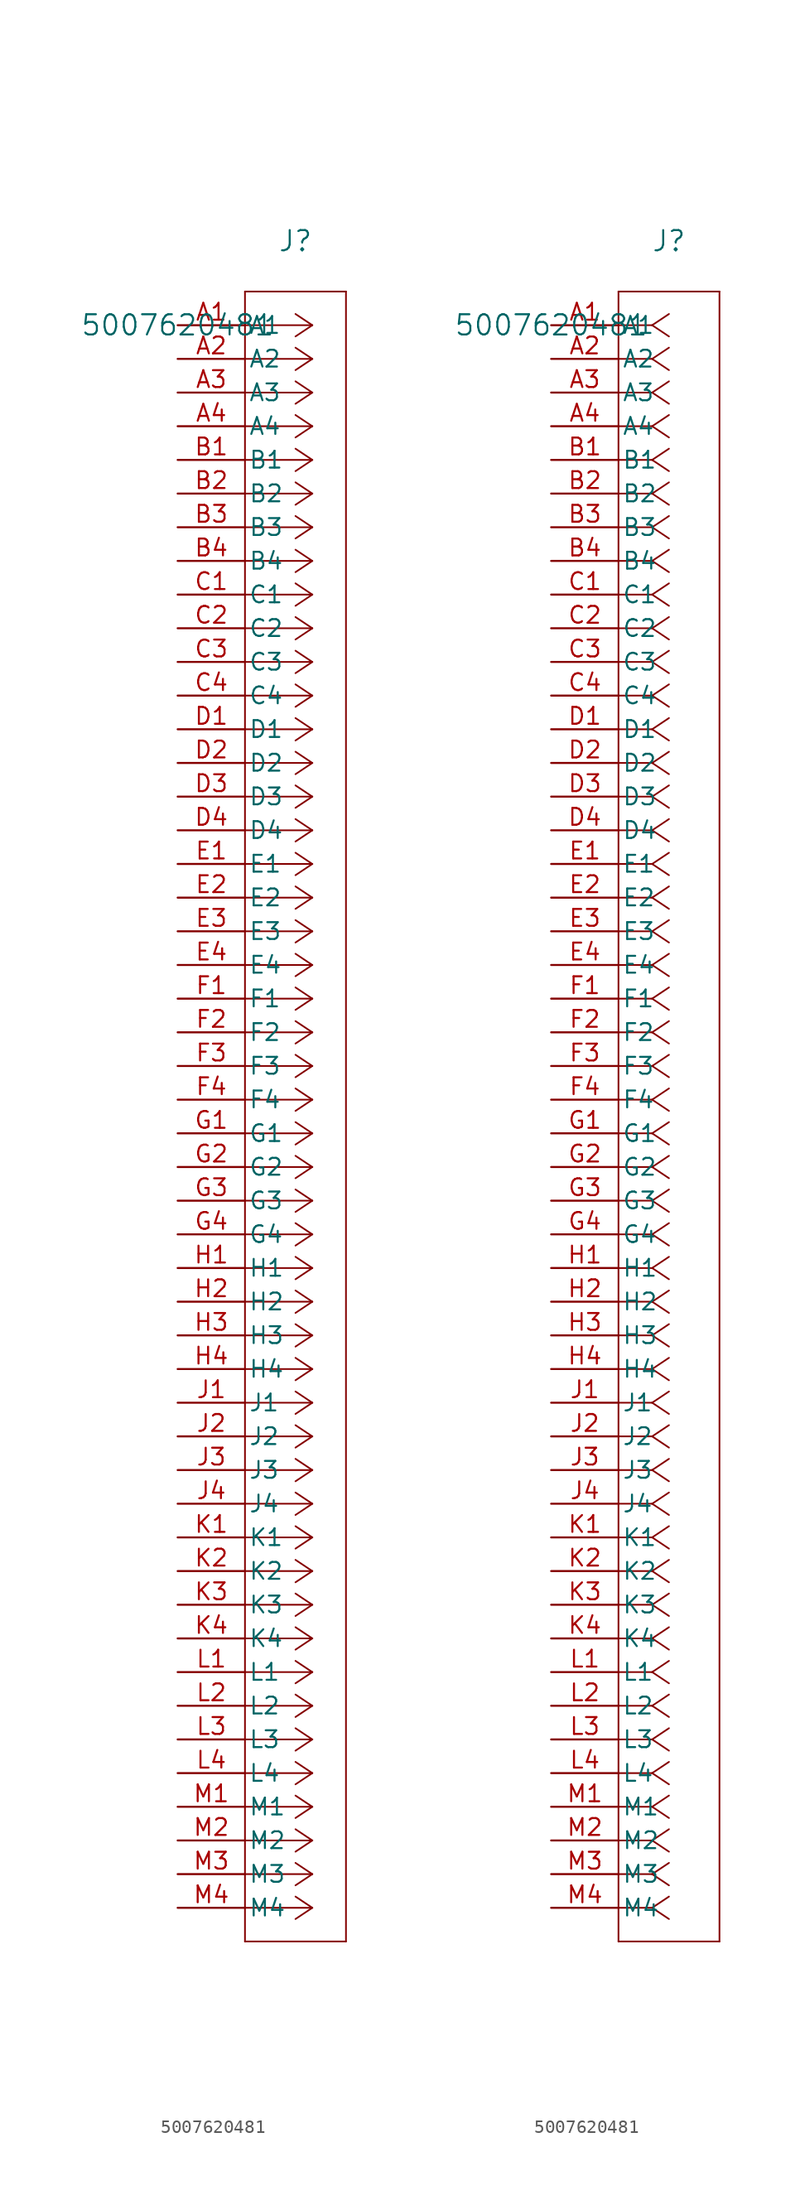
<source format=kicad_sym>
(kicad_symbol_lib
  (version 20211014)
  (generator kicad_symbol_editor)
  (symbol "5007620481"
    (pin_names
      (offset 0.254))
    (property "Reference" "J"
      (at 8.89 6.35 0)
      (effects (font (size 1.524 1.524))))
    (property "Value" "5007620481"
      (at 0 0 0)
      (effects (font (size 1.524 1.524))))
    (symbol "5007620481_1_1"
      (polyline (pts (xy 10.16 0) (xy 5.08 0)) (stroke (width 0.127) (type default) (color 0 0 0 0)) (fill (type none)))
      (polyline (pts (xy 10.16 -2.54) (xy 5.08 -2.54)) (stroke (width 0.127) (type default) (color 0 0 0 0)) (fill (type none)))
      (polyline (pts (xy 10.16 -5.08) (xy 5.08 -5.08)) (stroke (width 0.127) (type default) (color 0 0 0 0)) (fill (type none)))
      (polyline (pts (xy 10.16 -7.62) (xy 5.08 -7.62)) (stroke (width 0.127) (type default) (color 0 0 0 0)) (fill (type none)))
      (polyline (pts (xy 10.16 -10.16) (xy 5.08 -10.16)) (stroke (width 0.127) (type default) (color 0 0 0 0)) (fill (type none)))
      (polyline (pts (xy 10.16 -12.7) (xy 5.08 -12.7)) (stroke (width 0.127) (type default) (color 0 0 0 0)) (fill (type none)))
      (polyline (pts (xy 10.16 -15.24) (xy 5.08 -15.24)) (stroke (width 0.127) (type default) (color 0 0 0 0)) (fill (type none)))
      (polyline (pts (xy 10.16 -17.78) (xy 5.08 -17.78)) (stroke (width 0.127) (type default) (color 0 0 0 0)) (fill (type none)))
      (polyline (pts (xy 10.16 -20.32) (xy 5.08 -20.32)) (stroke (width 0.127) (type default) (color 0 0 0 0)) (fill (type none)))
      (polyline (pts (xy 10.16 -22.86) (xy 5.08 -22.86)) (stroke (width 0.127) (type default) (color 0 0 0 0)) (fill (type none)))
      (polyline (pts (xy 10.16 -25.4) (xy 5.08 -25.4)) (stroke (width 0.127) (type default) (color 0 0 0 0)) (fill (type none)))
      (polyline (pts (xy 10.16 -27.94) (xy 5.08 -27.94)) (stroke (width 0.127) (type default) (color 0 0 0 0)) (fill (type none)))
      (polyline (pts (xy 10.16 -30.48) (xy 5.08 -30.48)) (stroke (width 0.127) (type default) (color 0 0 0 0)) (fill (type none)))
      (polyline (pts (xy 10.16 -33.02) (xy 5.08 -33.02)) (stroke (width 0.127) (type default) (color 0 0 0 0)) (fill (type none)))
      (polyline (pts (xy 10.16 -35.56) (xy 5.08 -35.56)) (stroke (width 0.127) (type default) (color 0 0 0 0)) (fill (type none)))
      (polyline (pts (xy 10.16 -38.1) (xy 5.08 -38.1)) (stroke (width 0.127) (type default) (color 0 0 0 0)) (fill (type none)))
      (polyline (pts (xy 10.16 -40.64) (xy 5.08 -40.64)) (stroke (width 0.127) (type default) (color 0 0 0 0)) (fill (type none)))
      (polyline (pts (xy 10.16 -43.18) (xy 5.08 -43.18)) (stroke (width 0.127) (type default) (color 0 0 0 0)) (fill (type none)))
      (polyline (pts (xy 10.16 -45.72) (xy 5.08 -45.72)) (stroke (width 0.127) (type default) (color 0 0 0 0)) (fill (type none)))
      (polyline (pts (xy 10.16 -48.26) (xy 5.08 -48.26)) (stroke (width 0.127) (type default) (color 0 0 0 0)) (fill (type none)))
      (polyline (pts (xy 10.16 -50.8) (xy 5.08 -50.8)) (stroke (width 0.127) (type default) (color 0 0 0 0)) (fill (type none)))
      (polyline (pts (xy 10.16 -53.34) (xy 5.08 -53.34)) (stroke (width 0.127) (type default) (color 0 0 0 0)) (fill (type none)))
      (polyline (pts (xy 10.16 -55.88) (xy 5.08 -55.88)) (stroke (width 0.127) (type default) (color 0 0 0 0)) (fill (type none)))
      (polyline (pts (xy 10.16 -58.42) (xy 5.08 -58.42)) (stroke (width 0.127) (type default) (color 0 0 0 0)) (fill (type none)))
      (polyline (pts (xy 10.16 -60.96) (xy 5.08 -60.96)) (stroke (width 0.127) (type default) (color 0 0 0 0)) (fill (type none)))
      (polyline (pts (xy 10.16 -63.5) (xy 5.08 -63.5)) (stroke (width 0.127) (type default) (color 0 0 0 0)) (fill (type none)))
      (polyline (pts (xy 10.16 -66.04) (xy 5.08 -66.04)) (stroke (width 0.127) (type default) (color 0 0 0 0)) (fill (type none)))
      (polyline (pts (xy 10.16 -68.58) (xy 5.08 -68.58)) (stroke (width 0.127) (type default) (color 0 0 0 0)) (fill (type none)))
      (polyline (pts (xy 10.16 -71.12) (xy 5.08 -71.12)) (stroke (width 0.127) (type default) (color 0 0 0 0)) (fill (type none)))
      (polyline (pts (xy 10.16 -73.66) (xy 5.08 -73.66)) (stroke (width 0.127) (type default) (color 0 0 0 0)) (fill (type none)))
      (polyline (pts (xy 10.16 -76.2) (xy 5.08 -76.2)) (stroke (width 0.127) (type default) (color 0 0 0 0)) (fill (type none)))
      (polyline (pts (xy 10.16 -78.74) (xy 5.08 -78.74)) (stroke (width 0.127) (type default) (color 0 0 0 0)) (fill (type none)))
      (polyline (pts (xy 10.16 -81.28) (xy 5.08 -81.28)) (stroke (width 0.127) (type default) (color 0 0 0 0)) (fill (type none)))
      (polyline (pts (xy 10.16 -83.82) (xy 5.08 -83.82)) (stroke (width 0.127) (type default) (color 0 0 0 0)) (fill (type none)))
      (polyline (pts (xy 10.16 -86.36) (xy 5.08 -86.36)) (stroke (width 0.127) (type default) (color 0 0 0 0)) (fill (type none)))
      (polyline (pts (xy 10.16 -88.9) (xy 5.08 -88.9)) (stroke (width 0.127) (type default) (color 0 0 0 0)) (fill (type none)))
      (polyline (pts (xy 10.16 -91.44) (xy 5.08 -91.44)) (stroke (width 0.127) (type default) (color 0 0 0 0)) (fill (type none)))
      (polyline (pts (xy 10.16 -93.98) (xy 5.08 -93.98)) (stroke (width 0.127) (type default) (color 0 0 0 0)) (fill (type none)))
      (polyline (pts (xy 10.16 -96.52) (xy 5.08 -96.52)) (stroke (width 0.127) (type default) (color 0 0 0 0)) (fill (type none)))
      (polyline (pts (xy 10.16 -99.06) (xy 5.08 -99.06)) (stroke (width 0.127) (type default) (color 0 0 0 0)) (fill (type none)))
      (polyline (pts (xy 10.16 -101.6) (xy 5.08 -101.6)) (stroke (width 0.127) (type default) (color 0 0 0 0)) (fill (type none)))
      (polyline (pts (xy 10.16 -104.14) (xy 5.08 -104.14)) (stroke (width 0.127) (type default) (color 0 0 0 0)) (fill (type none)))
      (polyline (pts (xy 10.16 -106.68) (xy 5.08 -106.68)) (stroke (width 0.127) (type default) (color 0 0 0 0)) (fill (type none)))
      (polyline (pts (xy 10.16 -109.22) (xy 5.08 -109.22)) (stroke (width 0.127) (type default) (color 0 0 0 0)) (fill (type none)))
      (polyline (pts (xy 10.16 -111.76) (xy 5.08 -111.76)) (stroke (width 0.127) (type default) (color 0 0 0 0)) (fill (type none)))
      (polyline (pts (xy 10.16 -114.3) (xy 5.08 -114.3)) (stroke (width 0.127) (type default) (color 0 0 0 0)) (fill (type none)))
      (polyline (pts (xy 10.16 -116.84) (xy 5.08 -116.84)) (stroke (width 0.127) (type default) (color 0 0 0 0)) (fill (type none)))
      (polyline (pts (xy 10.16 -119.38) (xy 5.08 -119.38)) (stroke (width 0.127) (type default) (color 0 0 0 0)) (fill (type none)))
      (polyline (pts (xy 10.16 0) (xy 8.89 0.847)) (stroke (width 0.127) (type default) (color 0 0 0 0)) (fill (type none)))
      (polyline (pts (xy 10.16 -2.54) (xy 8.89 -1.693)) (stroke (width 0.127) (type default) (color 0 0 0 0)) (fill (type none)))
      (polyline (pts (xy 10.16 -5.08) (xy 8.89 -4.233)) (stroke (width 0.127) (type default) (color 0 0 0 0)) (fill (type none)))
      (polyline (pts (xy 10.16 -7.62) (xy 8.89 -6.773)) (stroke (width 0.127) (type default) (color 0 0 0 0)) (fill (type none)))
      (polyline (pts (xy 10.16 -10.16) (xy 8.89 -9.313)) (stroke (width 0.127) (type default) (color 0 0 0 0)) (fill (type none)))
      (polyline (pts (xy 10.16 -12.7) (xy 8.89 -11.853)) (stroke (width 0.127) (type default) (color 0 0 0 0)) (fill (type none)))
      (polyline (pts (xy 10.16 -15.24) (xy 8.89 -14.393)) (stroke (width 0.127) (type default) (color 0 0 0 0)) (fill (type none)))
      (polyline (pts (xy 10.16 -17.78) (xy 8.89 -16.933)) (stroke (width 0.127) (type default) (color 0 0 0 0)) (fill (type none)))
      (polyline (pts (xy 10.16 -20.32) (xy 8.89 -19.473)) (stroke (width 0.127) (type default) (color 0 0 0 0)) (fill (type none)))
      (polyline (pts (xy 10.16 -22.86) (xy 8.89 -22.013)) (stroke (width 0.127) (type default) (color 0 0 0 0)) (fill (type none)))
      (polyline (pts (xy 10.16 -25.4) (xy 8.89 -24.553)) (stroke (width 0.127) (type default) (color 0 0 0 0)) (fill (type none)))
      (polyline (pts (xy 10.16 -27.94) (xy 8.89 -27.093)) (stroke (width 0.127) (type default) (color 0 0 0 0)) (fill (type none)))
      (polyline (pts (xy 10.16 -30.48) (xy 8.89 -29.633)) (stroke (width 0.127) (type default) (color 0 0 0 0)) (fill (type none)))
      (polyline (pts (xy 10.16 -33.02) (xy 8.89 -32.173)) (stroke (width 0.127) (type default) (color 0 0 0 0)) (fill (type none)))
      (polyline (pts (xy 10.16 -35.56) (xy 8.89 -34.713)) (stroke (width 0.127) (type default) (color 0 0 0 0)) (fill (type none)))
      (polyline (pts (xy 10.16 -38.1) (xy 8.89 -37.253)) (stroke (width 0.127) (type default) (color 0 0 0 0)) (fill (type none)))
      (polyline (pts (xy 10.16 -40.64) (xy 8.89 -39.793)) (stroke (width 0.127) (type default) (color 0 0 0 0)) (fill (type none)))
      (polyline (pts (xy 10.16 -43.18) (xy 8.89 -42.333)) (stroke (width 0.127) (type default) (color 0 0 0 0)) (fill (type none)))
      (polyline (pts (xy 10.16 -45.72) (xy 8.89 -44.873)) (stroke (width 0.127) (type default) (color 0 0 0 0)) (fill (type none)))
      (polyline (pts (xy 10.16 -48.26) (xy 8.89 -47.413)) (stroke (width 0.127) (type default) (color 0 0 0 0)) (fill (type none)))
      (polyline (pts (xy 10.16 -50.8) (xy 8.89 -49.953)) (stroke (width 0.127) (type default) (color 0 0 0 0)) (fill (type none)))
      (polyline (pts (xy 10.16 -53.34) (xy 8.89 -52.493)) (stroke (width 0.127) (type default) (color 0 0 0 0)) (fill (type none)))
      (polyline (pts (xy 10.16 -55.88) (xy 8.89 -55.033)) (stroke (width 0.127) (type default) (color 0 0 0 0)) (fill (type none)))
      (polyline (pts (xy 10.16 -58.42) (xy 8.89 -57.573)) (stroke (width 0.127) (type default) (color 0 0 0 0)) (fill (type none)))
      (polyline (pts (xy 10.16 -60.96) (xy 8.89 -60.113)) (stroke (width 0.127) (type default) (color 0 0 0 0)) (fill (type none)))
      (polyline (pts (xy 10.16 -63.5) (xy 8.89 -62.653)) (stroke (width 0.127) (type default) (color 0 0 0 0)) (fill (type none)))
      (polyline (pts (xy 10.16 -66.04) (xy 8.89 -65.193)) (stroke (width 0.127) (type default) (color 0 0 0 0)) (fill (type none)))
      (polyline (pts (xy 10.16 -68.58) (xy 8.89 -67.733)) (stroke (width 0.127) (type default) (color 0 0 0 0)) (fill (type none)))
      (polyline (pts (xy 10.16 -71.12) (xy 8.89 -70.273)) (stroke (width 0.127) (type default) (color 0 0 0 0)) (fill (type none)))
      (polyline (pts (xy 10.16 -73.66) (xy 8.89 -72.813)) (stroke (width 0.127) (type default) (color 0 0 0 0)) (fill (type none)))
      (polyline (pts (xy 10.16 -76.2) (xy 8.89 -75.353)) (stroke (width 0.127) (type default) (color 0 0 0 0)) (fill (type none)))
      (polyline (pts (xy 10.16 -78.74) (xy 8.89 -77.893)) (stroke (width 0.127) (type default) (color 0 0 0 0)) (fill (type none)))
      (polyline (pts (xy 10.16 -81.28) (xy 8.89 -80.433)) (stroke (width 0.127) (type default) (color 0 0 0 0)) (fill (type none)))
      (polyline (pts (xy 10.16 -83.82) (xy 8.89 -82.973)) (stroke (width 0.127) (type default) (color 0 0 0 0)) (fill (type none)))
      (polyline (pts (xy 10.16 -86.36) (xy 8.89 -85.513)) (stroke (width 0.127) (type default) (color 0 0 0 0)) (fill (type none)))
      (polyline (pts (xy 10.16 -88.9) (xy 8.89 -88.053)) (stroke (width 0.127) (type default) (color 0 0 0 0)) (fill (type none)))
      (polyline (pts (xy 10.16 -91.44) (xy 8.89 -90.593)) (stroke (width 0.127) (type default) (color 0 0 0 0)) (fill (type none)))
      (polyline (pts (xy 10.16 -93.98) (xy 8.89 -93.133)) (stroke (width 0.127) (type default) (color 0 0 0 0)) (fill (type none)))
      (polyline (pts (xy 10.16 -96.52) (xy 8.89 -95.673)) (stroke (width 0.127) (type default) (color 0 0 0 0)) (fill (type none)))
      (polyline (pts (xy 10.16 -99.06) (xy 8.89 -98.213)) (stroke (width 0.127) (type default) (color 0 0 0 0)) (fill (type none)))
      (polyline (pts (xy 10.16 -101.6) (xy 8.89 -100.753)) (stroke (width 0.127) (type default) (color 0 0 0 0)) (fill (type none)))
      (polyline (pts (xy 10.16 -104.14) (xy 8.89 -103.293)) (stroke (width 0.127) (type default) (color 0 0 0 0)) (fill (type none)))
      (polyline (pts (xy 10.16 -106.68) (xy 8.89 -105.833)) (stroke (width 0.127) (type default) (color 0 0 0 0)) (fill (type none)))
      (polyline (pts (xy 10.16 -109.22) (xy 8.89 -108.373)) (stroke (width 0.127) (type default) (color 0 0 0 0)) (fill (type none)))
      (polyline (pts (xy 10.16 -111.76) (xy 8.89 -110.913)) (stroke (width 0.127) (type default) (color 0 0 0 0)) (fill (type none)))
      (polyline (pts (xy 10.16 -114.3) (xy 8.89 -113.453)) (stroke (width 0.127) (type default) (color 0 0 0 0)) (fill (type none)))
      (polyline (pts (xy 10.16 -116.84) (xy 8.89 -115.993)) (stroke (width 0.127) (type default) (color 0 0 0 0)) (fill (type none)))
      (polyline (pts (xy 10.16 -119.38) (xy 8.89 -118.533)) (stroke (width 0.127) (type default) (color 0 0 0 0)) (fill (type none)))
      (polyline (pts (xy 10.16 0) (xy 8.89 -0.847)) (stroke (width 0.127) (type default) (color 0 0 0 0)) (fill (type none)))
      (polyline (pts (xy 10.16 -2.54) (xy 8.89 -3.387)) (stroke (width 0.127) (type default) (color 0 0 0 0)) (fill (type none)))
      (polyline (pts (xy 10.16 -5.08) (xy 8.89 -5.927)) (stroke (width 0.127) (type default) (color 0 0 0 0)) (fill (type none)))
      (polyline (pts (xy 10.16 -7.62) (xy 8.89 -8.467)) (stroke (width 0.127) (type default) (color 0 0 0 0)) (fill (type none)))
      (polyline (pts (xy 10.16 -10.16) (xy 8.89 -11.007)) (stroke (width 0.127) (type default) (color 0 0 0 0)) (fill (type none)))
      (polyline (pts (xy 10.16 -12.7) (xy 8.89 -13.547)) (stroke (width 0.127) (type default) (color 0 0 0 0)) (fill (type none)))
      (polyline (pts (xy 10.16 -15.24) (xy 8.89 -16.087)) (stroke (width 0.127) (type default) (color 0 0 0 0)) (fill (type none)))
      (polyline (pts (xy 10.16 -17.78) (xy 8.89 -18.627)) (stroke (width 0.127) (type default) (color 0 0 0 0)) (fill (type none)))
      (polyline (pts (xy 10.16 -20.32) (xy 8.89 -21.167)) (stroke (width 0.127) (type default) (color 0 0 0 0)) (fill (type none)))
      (polyline (pts (xy 10.16 -22.86) (xy 8.89 -23.707)) (stroke (width 0.127) (type default) (color 0 0 0 0)) (fill (type none)))
      (polyline (pts (xy 10.16 -25.4) (xy 8.89 -26.247)) (stroke (width 0.127) (type default) (color 0 0 0 0)) (fill (type none)))
      (polyline (pts (xy 10.16 -27.94) (xy 8.89 -28.787)) (stroke (width 0.127) (type default) (color 0 0 0 0)) (fill (type none)))
      (polyline (pts (xy 10.16 -30.48) (xy 8.89 -31.327)) (stroke (width 0.127) (type default) (color 0 0 0 0)) (fill (type none)))
      (polyline (pts (xy 10.16 -33.02) (xy 8.89 -33.867)) (stroke (width 0.127) (type default) (color 0 0 0 0)) (fill (type none)))
      (polyline (pts (xy 10.16 -35.56) (xy 8.89 -36.407)) (stroke (width 0.127) (type default) (color 0 0 0 0)) (fill (type none)))
      (polyline (pts (xy 10.16 -38.1) (xy 8.89 -38.947)) (stroke (width 0.127) (type default) (color 0 0 0 0)) (fill (type none)))
      (polyline (pts (xy 10.16 -40.64) (xy 8.89 -41.487)) (stroke (width 0.127) (type default) (color 0 0 0 0)) (fill (type none)))
      (polyline (pts (xy 10.16 -43.18) (xy 8.89 -44.027)) (stroke (width 0.127) (type default) (color 0 0 0 0)) (fill (type none)))
      (polyline (pts (xy 10.16 -45.72) (xy 8.89 -46.567)) (stroke (width 0.127) (type default) (color 0 0 0 0)) (fill (type none)))
      (polyline (pts (xy 10.16 -48.26) (xy 8.89 -49.107)) (stroke (width 0.127) (type default) (color 0 0 0 0)) (fill (type none)))
      (polyline (pts (xy 10.16 -50.8) (xy 8.89 -51.647)) (stroke (width 0.127) (type default) (color 0 0 0 0)) (fill (type none)))
      (polyline (pts (xy 10.16 -53.34) (xy 8.89 -54.187)) (stroke (width 0.127) (type default) (color 0 0 0 0)) (fill (type none)))
      (polyline (pts (xy 10.16 -55.88) (xy 8.89 -56.727)) (stroke (width 0.127) (type default) (color 0 0 0 0)) (fill (type none)))
      (polyline (pts (xy 10.16 -58.42) (xy 8.89 -59.267)) (stroke (width 0.127) (type default) (color 0 0 0 0)) (fill (type none)))
      (polyline (pts (xy 10.16 -60.96) (xy 8.89 -61.807)) (stroke (width 0.127) (type default) (color 0 0 0 0)) (fill (type none)))
      (polyline (pts (xy 10.16 -63.5) (xy 8.89 -64.347)) (stroke (width 0.127) (type default) (color 0 0 0 0)) (fill (type none)))
      (polyline (pts (xy 10.16 -66.04) (xy 8.89 -66.887)) (stroke (width 0.127) (type default) (color 0 0 0 0)) (fill (type none)))
      (polyline (pts (xy 10.16 -68.58) (xy 8.89 -69.427)) (stroke (width 0.127) (type default) (color 0 0 0 0)) (fill (type none)))
      (polyline (pts (xy 10.16 -71.12) (xy 8.89 -71.967)) (stroke (width 0.127) (type default) (color 0 0 0 0)) (fill (type none)))
      (polyline (pts (xy 10.16 -73.66) (xy 8.89 -74.507)) (stroke (width 0.127) (type default) (color 0 0 0 0)) (fill (type none)))
      (polyline (pts (xy 10.16 -76.2) (xy 8.89 -77.047)) (stroke (width 0.127) (type default) (color 0 0 0 0)) (fill (type none)))
      (polyline (pts (xy 10.16 -78.74) (xy 8.89 -79.587)) (stroke (width 0.127) (type default) (color 0 0 0 0)) (fill (type none)))
      (polyline (pts (xy 10.16 -81.28) (xy 8.89 -82.127)) (stroke (width 0.127) (type default) (color 0 0 0 0)) (fill (type none)))
      (polyline (pts (xy 10.16 -83.82) (xy 8.89 -84.667)) (stroke (width 0.127) (type default) (color 0 0 0 0)) (fill (type none)))
      (polyline (pts (xy 10.16 -86.36) (xy 8.89 -87.207)) (stroke (width 0.127) (type default) (color 0 0 0 0)) (fill (type none)))
      (polyline (pts (xy 10.16 -88.9) (xy 8.89 -89.747)) (stroke (width 0.127) (type default) (color 0 0 0 0)) (fill (type none)))
      (polyline (pts (xy 10.16 -91.44) (xy 8.89 -92.287)) (stroke (width 0.127) (type default) (color 0 0 0 0)) (fill (type none)))
      (polyline (pts (xy 10.16 -93.98) (xy 8.89 -94.827)) (stroke (width 0.127) (type default) (color 0 0 0 0)) (fill (type none)))
      (polyline (pts (xy 10.16 -96.52) (xy 8.89 -97.367)) (stroke (width 0.127) (type default) (color 0 0 0 0)) (fill (type none)))
      (polyline (pts (xy 10.16 -99.06) (xy 8.89 -99.907)) (stroke (width 0.127) (type default) (color 0 0 0 0)) (fill (type none)))
      (polyline (pts (xy 10.16 -101.6) (xy 8.89 -102.447)) (stroke (width 0.127) (type default) (color 0 0 0 0)) (fill (type none)))
      (polyline (pts (xy 10.16 -104.14) (xy 8.89 -104.987)) (stroke (width 0.127) (type default) (color 0 0 0 0)) (fill (type none)))
      (polyline (pts (xy 10.16 -106.68) (xy 8.89 -107.527)) (stroke (width 0.127) (type default) (color 0 0 0 0)) (fill (type none)))
      (polyline (pts (xy 10.16 -109.22) (xy 8.89 -110.067)) (stroke (width 0.127) (type default) (color 0 0 0 0)) (fill (type none)))
      (polyline (pts (xy 10.16 -111.76) (xy 8.89 -112.607)) (stroke (width 0.127) (type default) (color 0 0 0 0)) (fill (type none)))
      (polyline (pts (xy 10.16 -114.3) (xy 8.89 -115.147)) (stroke (width 0.127) (type default) (color 0 0 0 0)) (fill (type none)))
      (polyline (pts (xy 10.16 -116.84) (xy 8.89 -117.687)) (stroke (width 0.127) (type default) (color 0 0 0 0)) (fill (type none)))
      (polyline (pts (xy 10.16 -119.38) (xy 8.89 -120.227)) (stroke (width 0.127) (type default) (color 0 0 0 0)) (fill (type none)))
      (polyline (pts (xy 5.08 2.54) (xy 5.08 -121.92)) (stroke (width 0.127) (type default) (color 0 0 0 0)) (fill (type none)))
      (polyline (pts (xy 5.08 -121.92) (xy 12.7 -121.92)) (stroke (width 0.127) (type default) (color 0 0 0 0)) (fill (type none)))
      (polyline (pts (xy 12.7 -121.92) (xy 12.7 2.54)) (stroke (width 0.127) (type default) (color 0 0 0 0)) (fill (type none)))
      (polyline (pts (xy 12.7 2.54) (xy 5.08 2.54)) (stroke (width 0.127) (type default) (color 0 0 0 0)) (fill (type none)))
      (pin unspecified line (at 0 0 0) (length 5.08) (name "A1" (effects (font (size 1.27 1.27)))) (number "A1" (effects (font (size 1.27 1.27)))))
      (pin unspecified line (at 0 -2.54 0) (length 5.08) (name "A2" (effects (font (size 1.27 1.27)))) (number "A2" (effects (font (size 1.27 1.27)))))
      (pin unspecified line (at 0 -5.08 0) (length 5.08) (name "A3" (effects (font (size 1.27 1.27)))) (number "A3" (effects (font (size 1.27 1.27)))))
      (pin unspecified line (at 0 -7.62 0) (length 5.08) (name "A4" (effects (font (size 1.27 1.27)))) (number "A4" (effects (font (size 1.27 1.27)))))
      (pin unspecified line (at 0 -10.16 0) (length 5.08) (name "B1" (effects (font (size 1.27 1.27)))) (number "B1" (effects (font (size 1.27 1.27)))))
      (pin unspecified line (at 0 -12.7 0) (length 5.08) (name "B2" (effects (font (size 1.27 1.27)))) (number "B2" (effects (font (size 1.27 1.27)))))
      (pin unspecified line (at 0 -15.24 0) (length 5.08) (name "B3" (effects (font (size 1.27 1.27)))) (number "B3" (effects (font (size 1.27 1.27)))))
      (pin unspecified line (at 0 -17.78 0) (length 5.08) (name "B4" (effects (font (size 1.27 1.27)))) (number "B4" (effects (font (size 1.27 1.27)))))
      (pin unspecified line (at 0 -20.32 0) (length 5.08) (name "C1" (effects (font (size 1.27 1.27)))) (number "C1" (effects (font (size 1.27 1.27)))))
      (pin unspecified line (at 0 -22.86 0) (length 5.08) (name "C2" (effects (font (size 1.27 1.27)))) (number "C2" (effects (font (size 1.27 1.27)))))
      (pin unspecified line (at 0 -25.4 0) (length 5.08) (name "C3" (effects (font (size 1.27 1.27)))) (number "C3" (effects (font (size 1.27 1.27)))))
      (pin unspecified line (at 0 -27.94 0) (length 5.08) (name "C4" (effects (font (size 1.27 1.27)))) (number "C4" (effects (font (size 1.27 1.27)))))
      (pin unspecified line (at 0 -30.48 0) (length 5.08) (name "D1" (effects (font (size 1.27 1.27)))) (number "D1" (effects (font (size 1.27 1.27)))))
      (pin unspecified line (at 0 -33.02 0) (length 5.08) (name "D2" (effects (font (size 1.27 1.27)))) (number "D2" (effects (font (size 1.27 1.27)))))
      (pin unspecified line (at 0 -35.56 0) (length 5.08) (name "D3" (effects (font (size 1.27 1.27)))) (number "D3" (effects (font (size 1.27 1.27)))))
      (pin unspecified line (at 0 -38.1 0) (length 5.08) (name "D4" (effects (font (size 1.27 1.27)))) (number "D4" (effects (font (size 1.27 1.27)))))
      (pin unspecified line (at 0 -40.64 0) (length 5.08) (name "E1" (effects (font (size 1.27 1.27)))) (number "E1" (effects (font (size 1.27 1.27)))))
      (pin unspecified line (at 0 -43.18 0) (length 5.08) (name "E2" (effects (font (size 1.27 1.27)))) (number "E2" (effects (font (size 1.27 1.27)))))
      (pin unspecified line (at 0 -45.72 0) (length 5.08) (name "E3" (effects (font (size 1.27 1.27)))) (number "E3" (effects (font (size 1.27 1.27)))))
      (pin unspecified line (at 0 -48.26 0) (length 5.08) (name "E4" (effects (font (size 1.27 1.27)))) (number "E4" (effects (font (size 1.27 1.27)))))
      (pin unspecified line (at 0 -50.8 0) (length 5.08) (name "F1" (effects (font (size 1.27 1.27)))) (number "F1" (effects (font (size 1.27 1.27)))))
      (pin unspecified line (at 0 -53.34 0) (length 5.08) (name "F2" (effects (font (size 1.27 1.27)))) (number "F2" (effects (font (size 1.27 1.27)))))
      (pin unspecified line (at 0 -55.88 0) (length 5.08) (name "F3" (effects (font (size 1.27 1.27)))) (number "F3" (effects (font (size 1.27 1.27)))))
      (pin unspecified line (at 0 -58.42 0) (length 5.08) (name "F4" (effects (font (size 1.27 1.27)))) (number "F4" (effects (font (size 1.27 1.27)))))
      (pin unspecified line (at 0 -60.96 0) (length 5.08) (name "G1" (effects (font (size 1.27 1.27)))) (number "G1" (effects (font (size 1.27 1.27)))))
      (pin unspecified line (at 0 -63.5 0) (length 5.08) (name "G2" (effects (font (size 1.27 1.27)))) (number "G2" (effects (font (size 1.27 1.27)))))
      (pin unspecified line (at 0 -66.04 0) (length 5.08) (name "G3" (effects (font (size 1.27 1.27)))) (number "G3" (effects (font (size 1.27 1.27)))))
      (pin unspecified line (at 0 -68.58 0) (length 5.08) (name "G4" (effects (font (size 1.27 1.27)))) (number "G4" (effects (font (size 1.27 1.27)))))
      (pin unspecified line (at 0 -71.12 0) (length 5.08) (name "H1" (effects (font (size 1.27 1.27)))) (number "H1" (effects (font (size 1.27 1.27)))))
      (pin unspecified line (at 0 -73.66 0) (length 5.08) (name "H2" (effects (font (size 1.27 1.27)))) (number "H2" (effects (font (size 1.27 1.27)))))
      (pin unspecified line (at 0 -76.2 0) (length 5.08) (name "H3" (effects (font (size 1.27 1.27)))) (number "H3" (effects (font (size 1.27 1.27)))))
      (pin unspecified line (at 0 -78.74 0) (length 5.08) (name "H4" (effects (font (size 1.27 1.27)))) (number "H4" (effects (font (size 1.27 1.27)))))
      (pin unspecified line (at 0 -81.28 0) (length 5.08) (name "J1" (effects (font (size 1.27 1.27)))) (number "J1" (effects (font (size 1.27 1.27)))))
      (pin unspecified line (at 0 -83.82 0) (length 5.08) (name "J2" (effects (font (size 1.27 1.27)))) (number "J2" (effects (font (size 1.27 1.27)))))
      (pin unspecified line (at 0 -86.36 0) (length 5.08) (name "J3" (effects (font (size 1.27 1.27)))) (number "J3" (effects (font (size 1.27 1.27)))))
      (pin unspecified line (at 0 -88.9 0) (length 5.08) (name "J4" (effects (font (size 1.27 1.27)))) (number "J4" (effects (font (size 1.27 1.27)))))
      (pin unspecified line (at 0 -91.44 0) (length 5.08) (name "K1" (effects (font (size 1.27 1.27)))) (number "K1" (effects (font (size 1.27 1.27)))))
      (pin unspecified line (at 0 -93.98 0) (length 5.08) (name "K2" (effects (font (size 1.27 1.27)))) (number "K2" (effects (font (size 1.27 1.27)))))
      (pin unspecified line (at 0 -96.52 0) (length 5.08) (name "K3" (effects (font (size 1.27 1.27)))) (number "K3" (effects (font (size 1.27 1.27)))))
      (pin unspecified line (at 0 -99.06 0) (length 5.08) (name "K4" (effects (font (size 1.27 1.27)))) (number "K4" (effects (font (size 1.27 1.27)))))
      (pin unspecified line (at 0 -101.6 0) (length 5.08) (name "L1" (effects (font (size 1.27 1.27)))) (number "L1" (effects (font (size 1.27 1.27)))))
      (pin unspecified line (at 0 -104.14 0) (length 5.08) (name "L2" (effects (font (size 1.27 1.27)))) (number "L2" (effects (font (size 1.27 1.27)))))
      (pin unspecified line (at 0 -106.68 0) (length 5.08) (name "L3" (effects (font (size 1.27 1.27)))) (number "L3" (effects (font (size 1.27 1.27)))))
      (pin unspecified line (at 0 -109.22 0) (length 5.08) (name "L4" (effects (font (size 1.27 1.27)))) (number "L4" (effects (font (size 1.27 1.27)))))
      (pin unspecified line (at 0 -111.76 0) (length 5.08) (name "M1" (effects (font (size 1.27 1.27)))) (number "M1" (effects (font (size 1.27 1.27)))))
      (pin unspecified line (at 0 -114.3 0) (length 5.08) (name "M2" (effects (font (size 1.27 1.27)))) (number "M2" (effects (font (size 1.27 1.27)))))
      (pin unspecified line (at 0 -116.84 0) (length 5.08) (name "M3" (effects (font (size 1.27 1.27)))) (number "M3" (effects (font (size 1.27 1.27)))))
      (pin unspecified line (at 0 -119.38 0) (length 5.08) (name "M4" (effects (font (size 1.27 1.27)))) (number "M4" (effects (font (size 1.27 1.27))))))
    (symbol "5007620481_1_2"
      (polyline (pts (xy 7.62 0) (xy 5.08 0)) (stroke (width 0.127) (type default) (color 0 0 0 0)) (fill (type none)))
      (polyline (pts (xy 7.62 -2.54) (xy 5.08 -2.54)) (stroke (width 0.127) (type default) (color 0 0 0 0)) (fill (type none)))
      (polyline (pts (xy 7.62 -5.08) (xy 5.08 -5.08)) (stroke (width 0.127) (type default) (color 0 0 0 0)) (fill (type none)))
      (polyline (pts (xy 7.62 -7.62) (xy 5.08 -7.62)) (stroke (width 0.127) (type default) (color 0 0 0 0)) (fill (type none)))
      (polyline (pts (xy 7.62 -10.16) (xy 5.08 -10.16)) (stroke (width 0.127) (type default) (color 0 0 0 0)) (fill (type none)))
      (polyline (pts (xy 7.62 -12.7) (xy 5.08 -12.7)) (stroke (width 0.127) (type default) (color 0 0 0 0)) (fill (type none)))
      (polyline (pts (xy 7.62 -15.24) (xy 5.08 -15.24)) (stroke (width 0.127) (type default) (color 0 0 0 0)) (fill (type none)))
      (polyline (pts (xy 7.62 -17.78) (xy 5.08 -17.78)) (stroke (width 0.127) (type default) (color 0 0 0 0)) (fill (type none)))
      (polyline (pts (xy 7.62 -20.32) (xy 5.08 -20.32)) (stroke (width 0.127) (type default) (color 0 0 0 0)) (fill (type none)))
      (polyline (pts (xy 7.62 -22.86) (xy 5.08 -22.86)) (stroke (width 0.127) (type default) (color 0 0 0 0)) (fill (type none)))
      (polyline (pts (xy 7.62 -25.4) (xy 5.08 -25.4)) (stroke (width 0.127) (type default) (color 0 0 0 0)) (fill (type none)))
      (polyline (pts (xy 7.62 -27.94) (xy 5.08 -27.94)) (stroke (width 0.127) (type default) (color 0 0 0 0)) (fill (type none)))
      (polyline (pts (xy 7.62 -30.48) (xy 5.08 -30.48)) (stroke (width 0.127) (type default) (color 0 0 0 0)) (fill (type none)))
      (polyline (pts (xy 7.62 -33.02) (xy 5.08 -33.02)) (stroke (width 0.127) (type default) (color 0 0 0 0)) (fill (type none)))
      (polyline (pts (xy 7.62 -35.56) (xy 5.08 -35.56)) (stroke (width 0.127) (type default) (color 0 0 0 0)) (fill (type none)))
      (polyline (pts (xy 7.62 -38.1) (xy 5.08 -38.1)) (stroke (width 0.127) (type default) (color 0 0 0 0)) (fill (type none)))
      (polyline (pts (xy 7.62 -40.64) (xy 5.08 -40.64)) (stroke (width 0.127) (type default) (color 0 0 0 0)) (fill (type none)))
      (polyline (pts (xy 7.62 -43.18) (xy 5.08 -43.18)) (stroke (width 0.127) (type default) (color 0 0 0 0)) (fill (type none)))
      (polyline (pts (xy 7.62 -45.72) (xy 5.08 -45.72)) (stroke (width 0.127) (type default) (color 0 0 0 0)) (fill (type none)))
      (polyline (pts (xy 7.62 -48.26) (xy 5.08 -48.26)) (stroke (width 0.127) (type default) (color 0 0 0 0)) (fill (type none)))
      (polyline (pts (xy 7.62 -50.8) (xy 5.08 -50.8)) (stroke (width 0.127) (type default) (color 0 0 0 0)) (fill (type none)))
      (polyline (pts (xy 7.62 -53.34) (xy 5.08 -53.34)) (stroke (width 0.127) (type default) (color 0 0 0 0)) (fill (type none)))
      (polyline (pts (xy 7.62 -55.88) (xy 5.08 -55.88)) (stroke (width 0.127) (type default) (color 0 0 0 0)) (fill (type none)))
      (polyline (pts (xy 7.62 -58.42) (xy 5.08 -58.42)) (stroke (width 0.127) (type default) (color 0 0 0 0)) (fill (type none)))
      (polyline (pts (xy 7.62 -60.96) (xy 5.08 -60.96)) (stroke (width 0.127) (type default) (color 0 0 0 0)) (fill (type none)))
      (polyline (pts (xy 7.62 -63.5) (xy 5.08 -63.5)) (stroke (width 0.127) (type default) (color 0 0 0 0)) (fill (type none)))
      (polyline (pts (xy 7.62 -66.04) (xy 5.08 -66.04)) (stroke (width 0.127) (type default) (color 0 0 0 0)) (fill (type none)))
      (polyline (pts (xy 7.62 -68.58) (xy 5.08 -68.58)) (stroke (width 0.127) (type default) (color 0 0 0 0)) (fill (type none)))
      (polyline (pts (xy 7.62 -71.12) (xy 5.08 -71.12)) (stroke (width 0.127) (type default) (color 0 0 0 0)) (fill (type none)))
      (polyline (pts (xy 7.62 -73.66) (xy 5.08 -73.66)) (stroke (width 0.127) (type default) (color 0 0 0 0)) (fill (type none)))
      (polyline (pts (xy 7.62 -76.2) (xy 5.08 -76.2)) (stroke (width 0.127) (type default) (color 0 0 0 0)) (fill (type none)))
      (polyline (pts (xy 7.62 -78.74) (xy 5.08 -78.74)) (stroke (width 0.127) (type default) (color 0 0 0 0)) (fill (type none)))
      (polyline (pts (xy 7.62 -81.28) (xy 5.08 -81.28)) (stroke (width 0.127) (type default) (color 0 0 0 0)) (fill (type none)))
      (polyline (pts (xy 7.62 -83.82) (xy 5.08 -83.82)) (stroke (width 0.127) (type default) (color 0 0 0 0)) (fill (type none)))
      (polyline (pts (xy 7.62 -86.36) (xy 5.08 -86.36)) (stroke (width 0.127) (type default) (color 0 0 0 0)) (fill (type none)))
      (polyline (pts (xy 7.62 -88.9) (xy 5.08 -88.9)) (stroke (width 0.127) (type default) (color 0 0 0 0)) (fill (type none)))
      (polyline (pts (xy 7.62 -91.44) (xy 5.08 -91.44)) (stroke (width 0.127) (type default) (color 0 0 0 0)) (fill (type none)))
      (polyline (pts (xy 7.62 -93.98) (xy 5.08 -93.98)) (stroke (width 0.127) (type default) (color 0 0 0 0)) (fill (type none)))
      (polyline (pts (xy 7.62 -96.52) (xy 5.08 -96.52)) (stroke (width 0.127) (type default) (color 0 0 0 0)) (fill (type none)))
      (polyline (pts (xy 7.62 -99.06) (xy 5.08 -99.06)) (stroke (width 0.127) (type default) (color 0 0 0 0)) (fill (type none)))
      (polyline (pts (xy 7.62 -101.6) (xy 5.08 -101.6)) (stroke (width 0.127) (type default) (color 0 0 0 0)) (fill (type none)))
      (polyline (pts (xy 7.62 -104.14) (xy 5.08 -104.14)) (stroke (width 0.127) (type default) (color 0 0 0 0)) (fill (type none)))
      (polyline (pts (xy 7.62 -106.68) (xy 5.08 -106.68)) (stroke (width 0.127) (type default) (color 0 0 0 0)) (fill (type none)))
      (polyline (pts (xy 7.62 -109.22) (xy 5.08 -109.22)) (stroke (width 0.127) (type default) (color 0 0 0 0)) (fill (type none)))
      (polyline (pts (xy 7.62 -111.76) (xy 5.08 -111.76)) (stroke (width 0.127) (type default) (color 0 0 0 0)) (fill (type none)))
      (polyline (pts (xy 7.62 -114.3) (xy 5.08 -114.3)) (stroke (width 0.127) (type default) (color 0 0 0 0)) (fill (type none)))
      (polyline (pts (xy 7.62 -116.84) (xy 5.08 -116.84)) (stroke (width 0.127) (type default) (color 0 0 0 0)) (fill (type none)))
      (polyline (pts (xy 7.62 -119.38) (xy 5.08 -119.38)) (stroke (width 0.127) (type default) (color 0 0 0 0)) (fill (type none)))
      (polyline (pts (xy 7.62 0) (xy 8.89 0.847)) (stroke (width 0.127) (type default) (color 0 0 0 0)) (fill (type none)))
      (polyline (pts (xy 7.62 -2.54) (xy 8.89 -1.693)) (stroke (width 0.127) (type default) (color 0 0 0 0)) (fill (type none)))
      (polyline (pts (xy 7.62 -5.08) (xy 8.89 -4.233)) (stroke (width 0.127) (type default) (color 0 0 0 0)) (fill (type none)))
      (polyline (pts (xy 7.62 -7.62) (xy 8.89 -6.773)) (stroke (width 0.127) (type default) (color 0 0 0 0)) (fill (type none)))
      (polyline (pts (xy 7.62 -10.16) (xy 8.89 -9.313)) (stroke (width 0.127) (type default) (color 0 0 0 0)) (fill (type none)))
      (polyline (pts (xy 7.62 -12.7) (xy 8.89 -11.853)) (stroke (width 0.127) (type default) (color 0 0 0 0)) (fill (type none)))
      (polyline (pts (xy 7.62 -15.24) (xy 8.89 -14.393)) (stroke (width 0.127) (type default) (color 0 0 0 0)) (fill (type none)))
      (polyline (pts (xy 7.62 -17.78) (xy 8.89 -16.933)) (stroke (width 0.127) (type default) (color 0 0 0 0)) (fill (type none)))
      (polyline (pts (xy 7.62 -20.32) (xy 8.89 -19.473)) (stroke (width 0.127) (type default) (color 0 0 0 0)) (fill (type none)))
      (polyline (pts (xy 7.62 -22.86) (xy 8.89 -22.013)) (stroke (width 0.127) (type default) (color 0 0 0 0)) (fill (type none)))
      (polyline (pts (xy 7.62 -25.4) (xy 8.89 -24.553)) (stroke (width 0.127) (type default) (color 0 0 0 0)) (fill (type none)))
      (polyline (pts (xy 7.62 -27.94) (xy 8.89 -27.093)) (stroke (width 0.127) (type default) (color 0 0 0 0)) (fill (type none)))
      (polyline (pts (xy 7.62 -30.48) (xy 8.89 -29.633)) (stroke (width 0.127) (type default) (color 0 0 0 0)) (fill (type none)))
      (polyline (pts (xy 7.62 -33.02) (xy 8.89 -32.173)) (stroke (width 0.127) (type default) (color 0 0 0 0)) (fill (type none)))
      (polyline (pts (xy 7.62 -35.56) (xy 8.89 -34.713)) (stroke (width 0.127) (type default) (color 0 0 0 0)) (fill (type none)))
      (polyline (pts (xy 7.62 -38.1) (xy 8.89 -37.253)) (stroke (width 0.127) (type default) (color 0 0 0 0)) (fill (type none)))
      (polyline (pts (xy 7.62 -40.64) (xy 8.89 -39.793)) (stroke (width 0.127) (type default) (color 0 0 0 0)) (fill (type none)))
      (polyline (pts (xy 7.62 -43.18) (xy 8.89 -42.333)) (stroke (width 0.127) (type default) (color 0 0 0 0)) (fill (type none)))
      (polyline (pts (xy 7.62 -45.72) (xy 8.89 -44.873)) (stroke (width 0.127) (type default) (color 0 0 0 0)) (fill (type none)))
      (polyline (pts (xy 7.62 -48.26) (xy 8.89 -47.413)) (stroke (width 0.127) (type default) (color 0 0 0 0)) (fill (type none)))
      (polyline (pts (xy 7.62 -50.8) (xy 8.89 -49.953)) (stroke (width 0.127) (type default) (color 0 0 0 0)) (fill (type none)))
      (polyline (pts (xy 7.62 -53.34) (xy 8.89 -52.493)) (stroke (width 0.127) (type default) (color 0 0 0 0)) (fill (type none)))
      (polyline (pts (xy 7.62 -55.88) (xy 8.89 -55.033)) (stroke (width 0.127) (type default) (color 0 0 0 0)) (fill (type none)))
      (polyline (pts (xy 7.62 -58.42) (xy 8.89 -57.573)) (stroke (width 0.127) (type default) (color 0 0 0 0)) (fill (type none)))
      (polyline (pts (xy 7.62 -60.96) (xy 8.89 -60.113)) (stroke (width 0.127) (type default) (color 0 0 0 0)) (fill (type none)))
      (polyline (pts (xy 7.62 -63.5) (xy 8.89 -62.653)) (stroke (width 0.127) (type default) (color 0 0 0 0)) (fill (type none)))
      (polyline (pts (xy 7.62 -66.04) (xy 8.89 -65.193)) (stroke (width 0.127) (type default) (color 0 0 0 0)) (fill (type none)))
      (polyline (pts (xy 7.62 -68.58) (xy 8.89 -67.733)) (stroke (width 0.127) (type default) (color 0 0 0 0)) (fill (type none)))
      (polyline (pts (xy 7.62 -71.12) (xy 8.89 -70.273)) (stroke (width 0.127) (type default) (color 0 0 0 0)) (fill (type none)))
      (polyline (pts (xy 7.62 -73.66) (xy 8.89 -72.813)) (stroke (width 0.127) (type default) (color 0 0 0 0)) (fill (type none)))
      (polyline (pts (xy 7.62 -76.2) (xy 8.89 -75.353)) (stroke (width 0.127) (type default) (color 0 0 0 0)) (fill (type none)))
      (polyline (pts (xy 7.62 -78.74) (xy 8.89 -77.893)) (stroke (width 0.127) (type default) (color 0 0 0 0)) (fill (type none)))
      (polyline (pts (xy 7.62 -81.28) (xy 8.89 -80.433)) (stroke (width 0.127) (type default) (color 0 0 0 0)) (fill (type none)))
      (polyline (pts (xy 7.62 -83.82) (xy 8.89 -82.973)) (stroke (width 0.127) (type default) (color 0 0 0 0)) (fill (type none)))
      (polyline (pts (xy 7.62 -86.36) (xy 8.89 -85.513)) (stroke (width 0.127) (type default) (color 0 0 0 0)) (fill (type none)))
      (polyline (pts (xy 7.62 -88.9) (xy 8.89 -88.053)) (stroke (width 0.127) (type default) (color 0 0 0 0)) (fill (type none)))
      (polyline (pts (xy 7.62 -91.44) (xy 8.89 -90.593)) (stroke (width 0.127) (type default) (color 0 0 0 0)) (fill (type none)))
      (polyline (pts (xy 7.62 -93.98) (xy 8.89 -93.133)) (stroke (width 0.127) (type default) (color 0 0 0 0)) (fill (type none)))
      (polyline (pts (xy 7.62 -96.52) (xy 8.89 -95.673)) (stroke (width 0.127) (type default) (color 0 0 0 0)) (fill (type none)))
      (polyline (pts (xy 7.62 -99.06) (xy 8.89 -98.213)) (stroke (width 0.127) (type default) (color 0 0 0 0)) (fill (type none)))
      (polyline (pts (xy 7.62 -101.6) (xy 8.89 -100.753)) (stroke (width 0.127) (type default) (color 0 0 0 0)) (fill (type none)))
      (polyline (pts (xy 7.62 -104.14) (xy 8.89 -103.293)) (stroke (width 0.127) (type default) (color 0 0 0 0)) (fill (type none)))
      (polyline (pts (xy 7.62 -106.68) (xy 8.89 -105.833)) (stroke (width 0.127) (type default) (color 0 0 0 0)) (fill (type none)))
      (polyline (pts (xy 7.62 -109.22) (xy 8.89 -108.373)) (stroke (width 0.127) (type default) (color 0 0 0 0)) (fill (type none)))
      (polyline (pts (xy 7.62 -111.76) (xy 8.89 -110.913)) (stroke (width 0.127) (type default) (color 0 0 0 0)) (fill (type none)))
      (polyline (pts (xy 7.62 -114.3) (xy 8.89 -113.453)) (stroke (width 0.127) (type default) (color 0 0 0 0)) (fill (type none)))
      (polyline (pts (xy 7.62 -116.84) (xy 8.89 -115.993)) (stroke (width 0.127) (type default) (color 0 0 0 0)) (fill (type none)))
      (polyline (pts (xy 7.62 -119.38) (xy 8.89 -118.533)) (stroke (width 0.127) (type default) (color 0 0 0 0)) (fill (type none)))
      (polyline (pts (xy 7.62 0) (xy 8.89 -0.847)) (stroke (width 0.127) (type default) (color 0 0 0 0)) (fill (type none)))
      (polyline (pts (xy 7.62 -2.54) (xy 8.89 -3.387)) (stroke (width 0.127) (type default) (color 0 0 0 0)) (fill (type none)))
      (polyline (pts (xy 7.62 -5.08) (xy 8.89 -5.927)) (stroke (width 0.127) (type default) (color 0 0 0 0)) (fill (type none)))
      (polyline (pts (xy 7.62 -7.62) (xy 8.89 -8.467)) (stroke (width 0.127) (type default) (color 0 0 0 0)) (fill (type none)))
      (polyline (pts (xy 7.62 -10.16) (xy 8.89 -11.007)) (stroke (width 0.127) (type default) (color 0 0 0 0)) (fill (type none)))
      (polyline (pts (xy 7.62 -12.7) (xy 8.89 -13.547)) (stroke (width 0.127) (type default) (color 0 0 0 0)) (fill (type none)))
      (polyline (pts (xy 7.62 -15.24) (xy 8.89 -16.087)) (stroke (width 0.127) (type default) (color 0 0 0 0)) (fill (type none)))
      (polyline (pts (xy 7.62 -17.78) (xy 8.89 -18.627)) (stroke (width 0.127) (type default) (color 0 0 0 0)) (fill (type none)))
      (polyline (pts (xy 7.62 -20.32) (xy 8.89 -21.167)) (stroke (width 0.127) (type default) (color 0 0 0 0)) (fill (type none)))
      (polyline (pts (xy 7.62 -22.86) (xy 8.89 -23.707)) (stroke (width 0.127) (type default) (color 0 0 0 0)) (fill (type none)))
      (polyline (pts (xy 7.62 -25.4) (xy 8.89 -26.247)) (stroke (width 0.127) (type default) (color 0 0 0 0)) (fill (type none)))
      (polyline (pts (xy 7.62 -27.94) (xy 8.89 -28.787)) (stroke (width 0.127) (type default) (color 0 0 0 0)) (fill (type none)))
      (polyline (pts (xy 7.62 -30.48) (xy 8.89 -31.327)) (stroke (width 0.127) (type default) (color 0 0 0 0)) (fill (type none)))
      (polyline (pts (xy 7.62 -33.02) (xy 8.89 -33.867)) (stroke (width 0.127) (type default) (color 0 0 0 0)) (fill (type none)))
      (polyline (pts (xy 7.62 -35.56) (xy 8.89 -36.407)) (stroke (width 0.127) (type default) (color 0 0 0 0)) (fill (type none)))
      (polyline (pts (xy 7.62 -38.1) (xy 8.89 -38.947)) (stroke (width 0.127) (type default) (color 0 0 0 0)) (fill (type none)))
      (polyline (pts (xy 7.62 -40.64) (xy 8.89 -41.487)) (stroke (width 0.127) (type default) (color 0 0 0 0)) (fill (type none)))
      (polyline (pts (xy 7.62 -43.18) (xy 8.89 -44.027)) (stroke (width 0.127) (type default) (color 0 0 0 0)) (fill (type none)))
      (polyline (pts (xy 7.62 -45.72) (xy 8.89 -46.567)) (stroke (width 0.127) (type default) (color 0 0 0 0)) (fill (type none)))
      (polyline (pts (xy 7.62 -48.26) (xy 8.89 -49.107)) (stroke (width 0.127) (type default) (color 0 0 0 0)) (fill (type none)))
      (polyline (pts (xy 7.62 -50.8) (xy 8.89 -51.647)) (stroke (width 0.127) (type default) (color 0 0 0 0)) (fill (type none)))
      (polyline (pts (xy 7.62 -53.34) (xy 8.89 -54.187)) (stroke (width 0.127) (type default) (color 0 0 0 0)) (fill (type none)))
      (polyline (pts (xy 7.62 -55.88) (xy 8.89 -56.727)) (stroke (width 0.127) (type default) (color 0 0 0 0)) (fill (type none)))
      (polyline (pts (xy 7.62 -58.42) (xy 8.89 -59.267)) (stroke (width 0.127) (type default) (color 0 0 0 0)) (fill (type none)))
      (polyline (pts (xy 7.62 -60.96) (xy 8.89 -61.807)) (stroke (width 0.127) (type default) (color 0 0 0 0)) (fill (type none)))
      (polyline (pts (xy 7.62 -63.5) (xy 8.89 -64.347)) (stroke (width 0.127) (type default) (color 0 0 0 0)) (fill (type none)))
      (polyline (pts (xy 7.62 -66.04) (xy 8.89 -66.887)) (stroke (width 0.127) (type default) (color 0 0 0 0)) (fill (type none)))
      (polyline (pts (xy 7.62 -68.58) (xy 8.89 -69.427)) (stroke (width 0.127) (type default) (color 0 0 0 0)) (fill (type none)))
      (polyline (pts (xy 7.62 -71.12) (xy 8.89 -71.967)) (stroke (width 0.127) (type default) (color 0 0 0 0)) (fill (type none)))
      (polyline (pts (xy 7.62 -73.66) (xy 8.89 -74.507)) (stroke (width 0.127) (type default) (color 0 0 0 0)) (fill (type none)))
      (polyline (pts (xy 7.62 -76.2) (xy 8.89 -77.047)) (stroke (width 0.127) (type default) (color 0 0 0 0)) (fill (type none)))
      (polyline (pts (xy 7.62 -78.74) (xy 8.89 -79.587)) (stroke (width 0.127) (type default) (color 0 0 0 0)) (fill (type none)))
      (polyline (pts (xy 7.62 -81.28) (xy 8.89 -82.127)) (stroke (width 0.127) (type default) (color 0 0 0 0)) (fill (type none)))
      (polyline (pts (xy 7.62 -83.82) (xy 8.89 -84.667)) (stroke (width 0.127) (type default) (color 0 0 0 0)) (fill (type none)))
      (polyline (pts (xy 7.62 -86.36) (xy 8.89 -87.207)) (stroke (width 0.127) (type default) (color 0 0 0 0)) (fill (type none)))
      (polyline (pts (xy 7.62 -88.9) (xy 8.89 -89.747)) (stroke (width 0.127) (type default) (color 0 0 0 0)) (fill (type none)))
      (polyline (pts (xy 7.62 -91.44) (xy 8.89 -92.287)) (stroke (width 0.127) (type default) (color 0 0 0 0)) (fill (type none)))
      (polyline (pts (xy 7.62 -93.98) (xy 8.89 -94.827)) (stroke (width 0.127) (type default) (color 0 0 0 0)) (fill (type none)))
      (polyline (pts (xy 7.62 -96.52) (xy 8.89 -97.367)) (stroke (width 0.127) (type default) (color 0 0 0 0)) (fill (type none)))
      (polyline (pts (xy 7.62 -99.06) (xy 8.89 -99.907)) (stroke (width 0.127) (type default) (color 0 0 0 0)) (fill (type none)))
      (polyline (pts (xy 7.62 -101.6) (xy 8.89 -102.447)) (stroke (width 0.127) (type default) (color 0 0 0 0)) (fill (type none)))
      (polyline (pts (xy 7.62 -104.14) (xy 8.89 -104.987)) (stroke (width 0.127) (type default) (color 0 0 0 0)) (fill (type none)))
      (polyline (pts (xy 7.62 -106.68) (xy 8.89 -107.527)) (stroke (width 0.127) (type default) (color 0 0 0 0)) (fill (type none)))
      (polyline (pts (xy 7.62 -109.22) (xy 8.89 -110.067)) (stroke (width 0.127) (type default) (color 0 0 0 0)) (fill (type none)))
      (polyline (pts (xy 7.62 -111.76) (xy 8.89 -112.607)) (stroke (width 0.127) (type default) (color 0 0 0 0)) (fill (type none)))
      (polyline (pts (xy 7.62 -114.3) (xy 8.89 -115.147)) (stroke (width 0.127) (type default) (color 0 0 0 0)) (fill (type none)))
      (polyline (pts (xy 7.62 -116.84) (xy 8.89 -117.687)) (stroke (width 0.127) (type default) (color 0 0 0 0)) (fill (type none)))
      (polyline (pts (xy 7.62 -119.38) (xy 8.89 -120.227)) (stroke (width 0.127) (type default) (color 0 0 0 0)) (fill (type none)))
      (polyline (pts (xy 5.08 2.54) (xy 5.08 -121.92)) (stroke (width 0.127) (type default) (color 0 0 0 0)) (fill (type none)))
      (polyline (pts (xy 5.08 -121.92) (xy 12.7 -121.92)) (stroke (width 0.127) (type default) (color 0 0 0 0)) (fill (type none)))
      (polyline (pts (xy 12.7 -121.92) (xy 12.7 2.54)) (stroke (width 0.127) (type default) (color 0 0 0 0)) (fill (type none)))
      (polyline (pts (xy 12.7 2.54) (xy 5.08 2.54)) (stroke (width 0.127) (type default) (color 0 0 0 0)) (fill (type none)))
      (pin unspecified line (at 0 0 0) (length 5.08) (name "A1" (effects (font (size 1.27 1.27)))) (number "A1" (effects (font (size 1.27 1.27)))))
      (pin unspecified line (at 0 -2.54 0) (length 5.08) (name "A2" (effects (font (size 1.27 1.27)))) (number "A2" (effects (font (size 1.27 1.27)))))
      (pin unspecified line (at 0 -5.08 0) (length 5.08) (name "A3" (effects (font (size 1.27 1.27)))) (number "A3" (effects (font (size 1.27 1.27)))))
      (pin unspecified line (at 0 -7.62 0) (length 5.08) (name "A4" (effects (font (size 1.27 1.27)))) (number "A4" (effects (font (size 1.27 1.27)))))
      (pin unspecified line (at 0 -10.16 0) (length 5.08) (name "B1" (effects (font (size 1.27 1.27)))) (number "B1" (effects (font (size 1.27 1.27)))))
      (pin unspecified line (at 0 -12.7 0) (length 5.08) (name "B2" (effects (font (size 1.27 1.27)))) (number "B2" (effects (font (size 1.27 1.27)))))
      (pin unspecified line (at 0 -15.24 0) (length 5.08) (name "B3" (effects (font (size 1.27 1.27)))) (number "B3" (effects (font (size 1.27 1.27)))))
      (pin unspecified line (at 0 -17.78 0) (length 5.08) (name "B4" (effects (font (size 1.27 1.27)))) (number "B4" (effects (font (size 1.27 1.27)))))
      (pin unspecified line (at 0 -20.32 0) (length 5.08) (name "C1" (effects (font (size 1.27 1.27)))) (number "C1" (effects (font (size 1.27 1.27)))))
      (pin unspecified line (at 0 -22.86 0) (length 5.08) (name "C2" (effects (font (size 1.27 1.27)))) (number "C2" (effects (font (size 1.27 1.27)))))
      (pin unspecified line (at 0 -25.4 0) (length 5.08) (name "C3" (effects (font (size 1.27 1.27)))) (number "C3" (effects (font (size 1.27 1.27)))))
      (pin unspecified line (at 0 -27.94 0) (length 5.08) (name "C4" (effects (font (size 1.27 1.27)))) (number "C4" (effects (font (size 1.27 1.27)))))
      (pin unspecified line (at 0 -30.48 0) (length 5.08) (name "D1" (effects (font (size 1.27 1.27)))) (number "D1" (effects (font (size 1.27 1.27)))))
      (pin unspecified line (at 0 -33.02 0) (length 5.08) (name "D2" (effects (font (size 1.27 1.27)))) (number "D2" (effects (font (size 1.27 1.27)))))
      (pin unspecified line (at 0 -35.56 0) (length 5.08) (name "D3" (effects (font (size 1.27 1.27)))) (number "D3" (effects (font (size 1.27 1.27)))))
      (pin unspecified line (at 0 -38.1 0) (length 5.08) (name "D4" (effects (font (size 1.27 1.27)))) (number "D4" (effects (font (size 1.27 1.27)))))
      (pin unspecified line (at 0 -40.64 0) (length 5.08) (name "E1" (effects (font (size 1.27 1.27)))) (number "E1" (effects (font (size 1.27 1.27)))))
      (pin unspecified line (at 0 -43.18 0) (length 5.08) (name "E2" (effects (font (size 1.27 1.27)))) (number "E2" (effects (font (size 1.27 1.27)))))
      (pin unspecified line (at 0 -45.72 0) (length 5.08) (name "E3" (effects (font (size 1.27 1.27)))) (number "E3" (effects (font (size 1.27 1.27)))))
      (pin unspecified line (at 0 -48.26 0) (length 5.08) (name "E4" (effects (font (size 1.27 1.27)))) (number "E4" (effects (font (size 1.27 1.27)))))
      (pin unspecified line (at 0 -50.8 0) (length 5.08) (name "F1" (effects (font (size 1.27 1.27)))) (number "F1" (effects (font (size 1.27 1.27)))))
      (pin unspecified line (at 0 -53.34 0) (length 5.08) (name "F2" (effects (font (size 1.27 1.27)))) (number "F2" (effects (font (size 1.27 1.27)))))
      (pin unspecified line (at 0 -55.88 0) (length 5.08) (name "F3" (effects (font (size 1.27 1.27)))) (number "F3" (effects (font (size 1.27 1.27)))))
      (pin unspecified line (at 0 -58.42 0) (length 5.08) (name "F4" (effects (font (size 1.27 1.27)))) (number "F4" (effects (font (size 1.27 1.27)))))
      (pin unspecified line (at 0 -60.96 0) (length 5.08) (name "G1" (effects (font (size 1.27 1.27)))) (number "G1" (effects (font (size 1.27 1.27)))))
      (pin unspecified line (at 0 -63.5 0) (length 5.08) (name "G2" (effects (font (size 1.27 1.27)))) (number "G2" (effects (font (size 1.27 1.27)))))
      (pin unspecified line (at 0 -66.04 0) (length 5.08) (name "G3" (effects (font (size 1.27 1.27)))) (number "G3" (effects (font (size 1.27 1.27)))))
      (pin unspecified line (at 0 -68.58 0) (length 5.08) (name "G4" (effects (font (size 1.27 1.27)))) (number "G4" (effects (font (size 1.27 1.27)))))
      (pin unspecified line (at 0 -71.12 0) (length 5.08) (name "H1" (effects (font (size 1.27 1.27)))) (number "H1" (effects (font (size 1.27 1.27)))))
      (pin unspecified line (at 0 -73.66 0) (length 5.08) (name "H2" (effects (font (size 1.27 1.27)))) (number "H2" (effects (font (size 1.27 1.27)))))
      (pin unspecified line (at 0 -76.2 0) (length 5.08) (name "H3" (effects (font (size 1.27 1.27)))) (number "H3" (effects (font (size 1.27 1.27)))))
      (pin unspecified line (at 0 -78.74 0) (length 5.08) (name "H4" (effects (font (size 1.27 1.27)))) (number "H4" (effects (font (size 1.27 1.27)))))
      (pin unspecified line (at 0 -81.28 0) (length 5.08) (name "J1" (effects (font (size 1.27 1.27)))) (number "J1" (effects (font (size 1.27 1.27)))))
      (pin unspecified line (at 0 -83.82 0) (length 5.08) (name "J2" (effects (font (size 1.27 1.27)))) (number "J2" (effects (font (size 1.27 1.27)))))
      (pin unspecified line (at 0 -86.36 0) (length 5.08) (name "J3" (effects (font (size 1.27 1.27)))) (number "J3" (effects (font (size 1.27 1.27)))))
      (pin unspecified line (at 0 -88.9 0) (length 5.08) (name "J4" (effects (font (size 1.27 1.27)))) (number "J4" (effects (font (size 1.27 1.27)))))
      (pin unspecified line (at 0 -91.44 0) (length 5.08) (name "K1" (effects (font (size 1.27 1.27)))) (number "K1" (effects (font (size 1.27 1.27)))))
      (pin unspecified line (at 0 -93.98 0) (length 5.08) (name "K2" (effects (font (size 1.27 1.27)))) (number "K2" (effects (font (size 1.27 1.27)))))
      (pin unspecified line (at 0 -96.52 0) (length 5.08) (name "K3" (effects (font (size 1.27 1.27)))) (number "K3" (effects (font (size 1.27 1.27)))))
      (pin unspecified line (at 0 -99.06 0) (length 5.08) (name "K4" (effects (font (size 1.27 1.27)))) (number "K4" (effects (font (size 1.27 1.27)))))
      (pin unspecified line (at 0 -101.6 0) (length 5.08) (name "L1" (effects (font (size 1.27 1.27)))) (number "L1" (effects (font (size 1.27 1.27)))))
      (pin unspecified line (at 0 -104.14 0) (length 5.08) (name "L2" (effects (font (size 1.27 1.27)))) (number "L2" (effects (font (size 1.27 1.27)))))
      (pin unspecified line (at 0 -106.68 0) (length 5.08) (name "L3" (effects (font (size 1.27 1.27)))) (number "L3" (effects (font (size 1.27 1.27)))))
      (pin unspecified line (at 0 -109.22 0) (length 5.08) (name "L4" (effects (font (size 1.27 1.27)))) (number "L4" (effects (font (size 1.27 1.27)))))
      (pin unspecified line (at 0 -111.76 0) (length 5.08) (name "M1" (effects (font (size 1.27 1.27)))) (number "M1" (effects (font (size 1.27 1.27)))))
      (pin unspecified line (at 0 -114.3 0) (length 5.08) (name "M2" (effects (font (size 1.27 1.27)))) (number "M2" (effects (font (size 1.27 1.27)))))
      (pin unspecified line (at 0 -116.84 0) (length 5.08) (name "M3" (effects (font (size 1.27 1.27)))) (number "M3" (effects (font (size 1.27 1.27)))))
      (pin unspecified line (at 0 -119.38 0) (length 5.08) (name "M4" (effects (font (size 1.27 1.27)))) (number "M4" (effects (font (size 1.27 1.27))))))))
</source>
